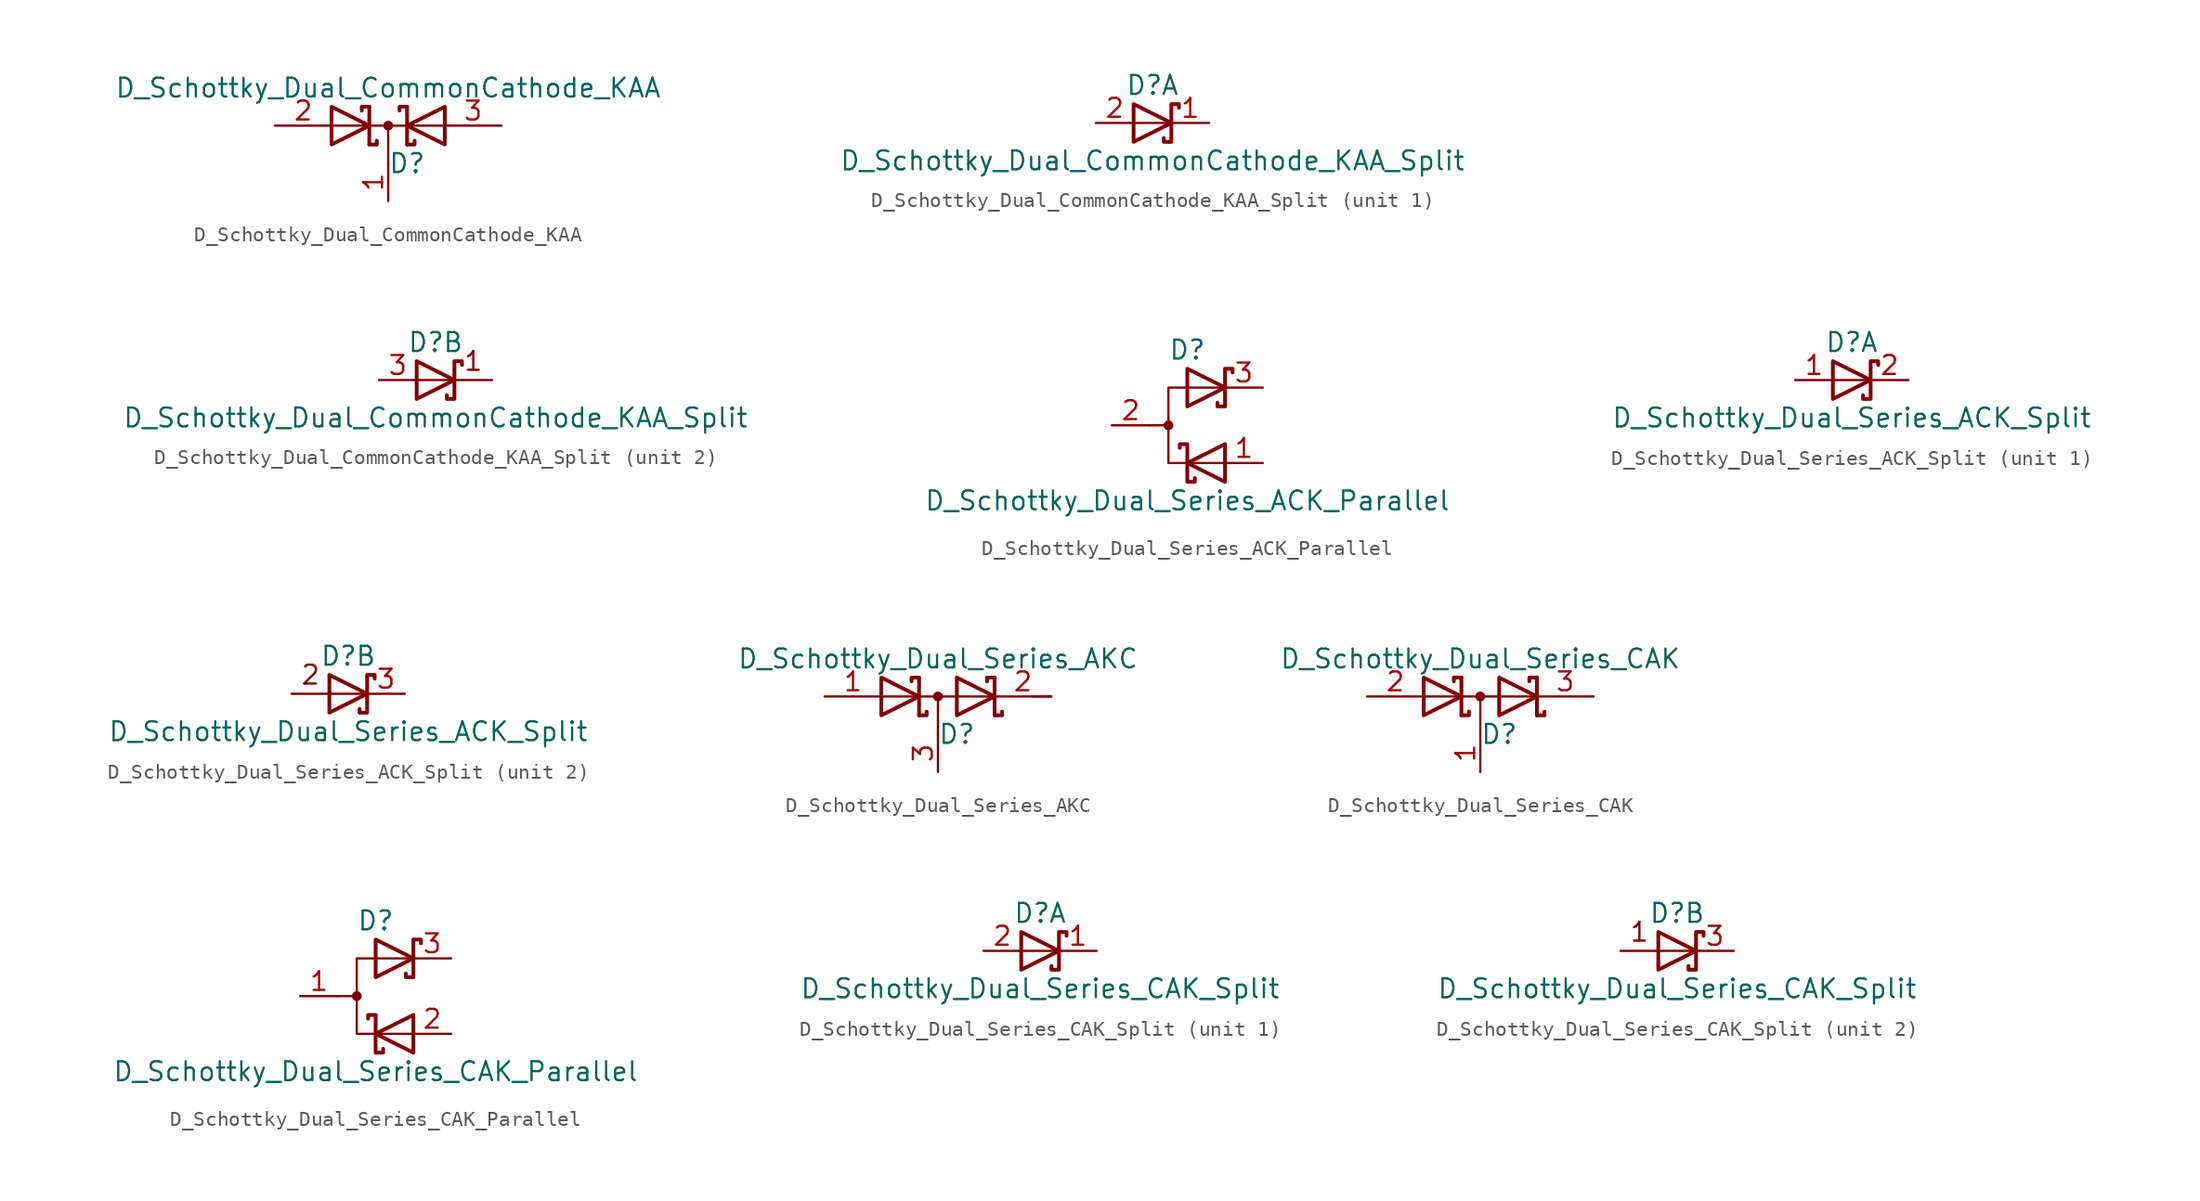
<source format=kicad_sym>
(kicad_symbol_lib
  (version 20211014)
  (generator kicad_symbol_editor)
  (symbol "D_Schottky_Dual_CommonCathode_KAA"
    (pin_names
      (offset 0.762) hide)
    (property "Reference" "D"
      (at 1.27 -2.54 0)
      (effects (font (size 1.27 1.27))))
    (property "Value" "D_Schottky_Dual_CommonCathode_KAA"
      (at 0 2.54 0)
      (effects (font (size 1.27 1.27))))
    (symbol "D_Schottky_Dual_CommonCathode_KAA_0_1"
      (polyline (pts (xy -3.81 0) (xy 3.81 0)) (stroke (width 0) (type default) (color 0 0 0 0)) (fill (type none)))
      (polyline (pts (xy 0 0) (xy 0 -2.54)) (stroke (width 0) (type default) (color 0 0 0 0)) (fill (type none)))
      (polyline (pts (xy -1.27 -1.27) (xy -1.27 1.27) (xy -1.27 1.27)) (stroke (width 0.254) (type default) (color 0 0 0 0)) (fill (type none)))
      (polyline (pts (xy 1.27 -1.27) (xy 1.27 1.27) (xy 1.27 1.27)) (stroke (width 0.254) (type default) (color 0 0 0 0)) (fill (type none)))
      (polyline (pts (xy -1.27 -1.27) (xy -0.762 -1.27) (xy -0.762 -1.016) (xy -0.762 -1.016)) (stroke (width 0.254) (type default) (color 0 0 0 0)) (fill (type none)))
      (polyline (pts (xy 1.27 -1.27) (xy 1.778 -1.27) (xy 1.778 -1.016) (xy 1.778 -1.016)) (stroke (width 0.254) (type default) (color 0 0 0 0)) (fill (type none)))
      (polyline (pts (xy 1.27 1.27) (xy 0.762 1.27) (xy 0.762 1.016) (xy 0.762 1.016)) (stroke (width 0.254) (type default) (color 0 0 0 0)) (fill (type none)))
      (polyline (pts (xy -1.778 1.016) (xy -1.778 1.27) (xy -1.27 1.27) (xy -1.27 1.27) (xy -1.27 1.27)) (stroke (width 0.254) (type default) (color 0 0 0 0)) (fill (type none)))
      (polyline (pts (xy -3.81 1.27) (xy -1.27 0) (xy -3.81 -1.27) (xy -3.81 1.27) (xy -3.81 1.27) (xy -3.81 1.27)) (stroke (width 0.254) (type default) (color 0 0 0 0)) (fill (type none)))
      (polyline (pts (xy 3.81 -1.27) (xy 1.27 0) (xy 3.81 1.27) (xy 3.81 -1.27) (xy 3.81 -1.27) (xy 3.81 -1.27)) (stroke (width 0.254) (type default) (color 0 0 0 0)) (fill (type none)))
      (circle (center 0 0) (radius 0.254) (stroke (width 0) (type default) (color 0 0 0 0)) (fill (type outline)))
      (pin passive line (at 0 -5.08 90) (length 2.54) (name "K" (effects (font (size 1.27 1.27)))) (number "1" (effects (font (size 1.27 1.27)))))
      (pin passive line (at -7.62 0 0) (length 3.81) (name "A" (effects (font (size 1.27 1.27)))) (number "2" (effects (font (size 1.27 1.27)))))
      (pin passive line (at 7.62 0 180) (length 3.81) (name "A" (effects (font (size 1.27 1.27)))) (number "3" (effects (font (size 1.27 1.27)))))))
  (symbol "D_Schottky_Dual_CommonCathode_KAA_Split"
    (pin_names
      (offset 0.762) hide)
    (property "Reference" "D"
      (at 0 2.54 0)
      (effects (font (size 1.27 1.27))))
    (property "Value" "D_Schottky_Dual_CommonCathode_KAA_Split"
      (at 0 -2.54 0)
      (effects (font (size 1.27 1.27))))
    (property "ki_locked" ""
      (at 0 0 0)
      (effects (font (size 1.27 1.27))))
    (symbol "D_Schottky_Dual_CommonCathode_KAA_Split_0_1"
      (polyline (pts (xy -1.27 1.27) (xy 1.27 0) (xy -1.27 -1.27) (xy -1.27 1.27) (xy -1.27 1.27) (xy -1.27 1.27)) (stroke (width 0.254) (type default) (color 0 0 0 0)) (fill (type none)))
      (polyline (pts (xy 1.778 1.016) (xy 1.778 1.27) (xy 1.27 1.27) (xy 1.27 -1.27) (xy 0.762 -1.27) (xy 0.762 -1.016)) (stroke (width 0.254) (type default) (color 0 0 0 0)) (fill (type none))))
    (symbol "D_Schottky_Dual_CommonCathode_KAA_Split_1_1"
      (polyline (pts (xy 1.27 0) (xy -1.27 0)) (stroke (width 0) (type default) (color 0 0 0 0)) (fill (type none)))
      (pin passive line (at 3.81 0 180) (length 2.54) (name "K" (effects (font (size 1.27 1.27)))) (number "1" (effects (font (size 1.27 1.27)))))
      (pin passive line (at -3.81 0 0) (length 2.54) (name "A" (effects (font (size 1.27 1.27)))) (number "2" (effects (font (size 1.27 1.27))))))
    (symbol "D_Schottky_Dual_CommonCathode_KAA_Split_2_0"
      (polyline (pts (xy 3.81 0) (xy -1.27 0)) (stroke (width 0) (type default) (color 0 0 0 0)) (fill (type none)))
      (text "1" (at 2.54 1.27 0) (effects (font (size 1.27 1.27)))))
    (symbol "D_Schottky_Dual_CommonCathode_KAA_Split_2_1"
      (pin passive line (at -3.81 0 0) (length 2.54) (name "K" (effects (font (size 1.27 1.27)))) (number "3" (effects (font (size 1.27 1.27)))))))
  (symbol "D_Schottky_Dual_Series_ACK_Parallel"
    (pin_names
      (offset 0.762) hide)
    (property "Reference" "D"
      (at 0 5.08 0)
      (effects (font (size 1.27 1.27))))
    (property "Value" "D_Schottky_Dual_Series_ACK_Parallel"
      (at 0 -5.08 0)
      (effects (font (size 1.27 1.27))))
    (symbol "D_Schottky_Dual_Series_ACK_Parallel_0_1"
      (circle (center -1.27 0) (radius 0.254) (stroke (width 0) (type default) (color 0 0 0 0)) (fill (type outline)))
      (polyline (pts (xy -1.27 0) (xy -2.54 0)) (stroke (width 0) (type default) (color 0 0 0 0)) (fill (type none)))
      (polyline (pts (xy 2.54 2.54) (xy -1.27 2.54) (xy -1.27 -2.54) (xy 2.54 -2.54)) (stroke (width 0) (type default) (color 0 0 0 0)) (fill (type none)))
      (polyline (pts (xy -0.508 -1.524) (xy -0.508 -1.27) (xy 0 -1.27) (xy 0 -3.81) (xy 0.508 -3.81) (xy 0.508 -3.556)) (stroke (width 0.254) (type default) (color 0 0 0 0)) (fill (type none)))
      (polyline (pts (xy 0 3.81) (xy 2.54 2.54) (xy 0 1.27) (xy 0 3.81) (xy 0 3.81) (xy 0 3.81)) (stroke (width 0.254) (type default) (color 0 0 0 0)) (fill (type none)))
      (polyline (pts (xy 2.54 -1.27) (xy 0 -2.54) (xy 2.54 -3.81) (xy 2.54 -1.27) (xy 2.54 -1.27) (xy 2.54 -1.27)) (stroke (width 0.254) (type default) (color 0 0 0 0)) (fill (type none)))
      (polyline (pts (xy 3.048 3.556) (xy 3.048 3.81) (xy 2.54 3.81) (xy 2.54 1.27) (xy 2.032 1.27) (xy 2.032 1.524)) (stroke (width 0.254) (type default) (color 0 0 0 0)) (fill (type none)))
      (pin passive line (at 5.08 -2.54 180) (length 2.54) (name "K" (effects (font (size 1.27 1.27)))) (number "1" (effects (font (size 1.27 1.27)))))
      (pin passive line (at -5.08 0 0) (length 2.54) (name "A" (effects (font (size 1.27 1.27)))) (number "2" (effects (font (size 1.27 1.27)))))
      (pin passive line (at 5.08 2.54 180) (length 2.54) (name "K" (effects (font (size 1.27 1.27)))) (number "3" (effects (font (size 1.27 1.27)))))))
  (symbol "D_Schottky_Dual_Series_ACK_Split"
    (pin_names
      (offset 0.762) hide)
    (property "Reference" "D"
      (at 0 2.54 0)
      (effects (font (size 1.27 1.27))))
    (property "Value" "D_Schottky_Dual_Series_ACK_Split"
      (at 0 -2.54 0)
      (effects (font (size 1.27 1.27))))
    (property "ki_locked" ""
      (at 0 0 0)
      (effects (font (size 1.27 1.27))))
    (symbol "D_Schottky_Dual_Series_ACK_Split_0_1"
      (polyline (pts (xy -1.27 1.27) (xy 1.27 0) (xy -1.27 -1.27) (xy -1.27 1.27) (xy -1.27 1.27) (xy -1.27 1.27)) (stroke (width 0.254) (type default) (color 0 0 0 0)) (fill (type none)))
      (polyline (pts (xy 1.778 1.016) (xy 1.778 1.27) (xy 1.27 1.27) (xy 1.27 -1.27) (xy 0.762 -1.27) (xy 0.762 -1.016)) (stroke (width 0.254) (type default) (color 0 0 0 0)) (fill (type none))))
    (symbol "D_Schottky_Dual_Series_ACK_Split_1_1"
      (polyline (pts (xy 1.27 0) (xy -1.27 0)) (stroke (width 0) (type default) (color 0 0 0 0)) (fill (type none)))
      (pin passive line (at -3.81 0 0) (length 2.54) (name "A" (effects (font (size 1.27 1.27)))) (number "1" (effects (font (size 1.27 1.27)))))
      (pin passive line (at 3.81 0 180) (length 2.54) (name "K" (effects (font (size 1.27 1.27)))) (number "2" (effects (font (size 1.27 1.27))))))
    (symbol "D_Schottky_Dual_Series_ACK_Split_2_0"
      (polyline (pts (xy 1.27 0) (xy -3.81 0)) (stroke (width 0) (type default) (color 0 0 0 0)) (fill (type none)))
      (text "2" (at -2.54 1.27 0) (effects (font (size 1.27 1.27)))))
    (symbol "D_Schottky_Dual_Series_ACK_Split_2_1"
      (pin passive line (at 3.81 0 180) (length 2.54) (name "K" (effects (font (size 1.27 1.27)))) (number "3" (effects (font (size 1.27 1.27)))))))
  (symbol "D_Schottky_Dual_Series_AKC"
    (pin_names
      (offset 0.762) hide)
    (property "Reference" "D"
      (at 1.27 -2.54 0)
      (effects (font (size 1.27 1.27))))
    (property "Value" "D_Schottky_Dual_Series_AKC"
      (at 0 2.54 0)
      (effects (font (size 1.27 1.27))))
    (symbol "D_Schottky_Dual_Series_AKC_0_1"
      (polyline (pts (xy -3.81 0) (xy 3.81 0)) (stroke (width 0) (type default) (color 0 0 0 0)) (fill (type none)))
      (polyline (pts (xy 0 0) (xy 0 -2.54)) (stroke (width 0) (type default) (color 0 0 0 0)) (fill (type none)))
      (polyline (pts (xy 6.35 0) (xy 7.62 0)) (stroke (width 0) (type default) (color 0 0 0 0)) (fill (type none)))
      (polyline (pts (xy -1.27 -1.27) (xy -1.27 1.27) (xy -1.27 1.27)) (stroke (width 0.254) (type default) (color 0 0 0 0)) (fill (type none)))
      (polyline (pts (xy 3.81 1.27) (xy 3.81 -1.27) (xy 3.81 -1.27)) (stroke (width 0.254) (type default) (color 0 0 0 0)) (fill (type none)))
      (polyline (pts (xy -1.27 -1.27) (xy -0.762 -1.27) (xy -0.762 -1.016) (xy -0.762 -1.016)) (stroke (width 0.254) (type default) (color 0 0 0 0)) (fill (type none)))
      (polyline (pts (xy 3.81 -1.27) (xy 4.318 -1.27) (xy 4.318 -1.016) (xy 4.318 -1.016)) (stroke (width 0.254) (type default) (color 0 0 0 0)) (fill (type none)))
      (polyline (pts (xy 3.81 1.27) (xy 3.302 1.27) (xy 3.302 1.016) (xy 3.302 1.016)) (stroke (width 0.254) (type default) (color 0 0 0 0)) (fill (type none)))
      (polyline (pts (xy -1.778 1.016) (xy -1.778 1.27) (xy -1.27 1.27) (xy -1.27 1.27) (xy -1.27 1.27)) (stroke (width 0.254) (type default) (color 0 0 0 0)) (fill (type none)))
      (polyline (pts (xy -3.81 1.27) (xy -1.27 0) (xy -3.81 -1.27) (xy -3.81 1.27) (xy -3.81 1.27) (xy -3.81 1.27)) (stroke (width 0.254) (type default) (color 0 0 0 0)) (fill (type none)))
      (polyline (pts (xy 1.27 1.27) (xy 3.81 0) (xy 1.27 -1.27) (xy 1.27 1.27) (xy 1.27 1.27) (xy 1.27 1.27)) (stroke (width 0.254) (type default) (color 0 0 0 0)) (fill (type none)))
      (circle (center 0 0) (radius 0.254) (stroke (width 0) (type default) (color 0 0 0 0)) (fill (type outline)))
      (pin passive line (at -7.62 0 0) (length 3.81) (name "A" (effects (font (size 1.27 1.27)))) (number "1" (effects (font (size 1.27 1.27)))))
      (pin passive line (at 7.62 0 180) (length 3.81) (name "K" (effects (font (size 1.27 1.27)))) (number "2" (effects (font (size 1.27 1.27)))))
      (pin passive line (at 0 -5.08 90) (length 2.54) (name "common" (effects (font (size 1.27 1.27)))) (number "3" (effects (font (size 1.27 1.27)))))))
  (symbol "D_Schottky_Dual_Series_CAK"
    (pin_names
      (offset 0.762) hide)
    (property "Reference" "D"
      (at 1.27 -2.54 0)
      (effects (font (size 1.27 1.27))))
    (property "Value" "D_Schottky_Dual_Series_CAK"
      (at 0 2.54 0)
      (effects (font (size 1.27 1.27))))
    (symbol "D_Schottky_Dual_Series_CAK_0_1"
      (polyline (pts (xy -3.81 0) (xy 3.81 0)) (stroke (width 0) (type default) (color 0 0 0 0)) (fill (type none)))
      (polyline (pts (xy 0 0) (xy 0 -2.54)) (stroke (width 0) (type default) (color 0 0 0 0)) (fill (type none)))
      (polyline (pts (xy -1.27 -1.27) (xy -1.27 1.27) (xy -1.27 1.27)) (stroke (width 0.254) (type default) (color 0 0 0 0)) (fill (type none)))
      (polyline (pts (xy 3.81 1.27) (xy 3.81 -1.27) (xy 3.81 -1.27)) (stroke (width 0.254) (type default) (color 0 0 0 0)) (fill (type none)))
      (polyline (pts (xy -1.27 -1.27) (xy -0.762 -1.27) (xy -0.762 -1.016) (xy -0.762 -1.016)) (stroke (width 0.254) (type default) (color 0 0 0 0)) (fill (type none)))
      (polyline (pts (xy 3.81 -1.27) (xy 4.318 -1.27) (xy 4.318 -1.016) (xy 4.318 -1.016)) (stroke (width 0.254) (type default) (color 0 0 0 0)) (fill (type none)))
      (polyline (pts (xy 3.81 1.27) (xy 3.302 1.27) (xy 3.302 1.016) (xy 3.302 1.016)) (stroke (width 0.254) (type default) (color 0 0 0 0)) (fill (type none)))
      (polyline (pts (xy -1.778 1.016) (xy -1.778 1.27) (xy -1.27 1.27) (xy -1.27 1.27) (xy -1.27 1.27)) (stroke (width 0.254) (type default) (color 0 0 0 0)) (fill (type none)))
      (polyline (pts (xy -3.81 1.27) (xy -1.27 0) (xy -3.81 -1.27) (xy -3.81 1.27) (xy -3.81 1.27) (xy -3.81 1.27)) (stroke (width 0.254) (type default) (color 0 0 0 0)) (fill (type none)))
      (polyline (pts (xy 1.27 1.27) (xy 3.81 0) (xy 1.27 -1.27) (xy 1.27 1.27) (xy 1.27 1.27) (xy 1.27 1.27)) (stroke (width 0.254) (type default) (color 0 0 0 0)) (fill (type none)))
      (circle (center 0 0) (radius 0.254) (stroke (width 0) (type default) (color 0 0 0 0)) (fill (type outline)))
      (pin passive line (at 0 -5.08 90) (length 2.54) (name "common" (effects (font (size 1.27 1.27)))) (number "1" (effects (font (size 1.27 1.27)))))
      (pin passive line (at -7.62 0 0) (length 3.81) (name "A" (effects (font (size 1.27 1.27)))) (number "2" (effects (font (size 1.27 1.27)))))
      (pin passive line (at 7.62 0 180) (length 3.81) (name "K" (effects (font (size 1.27 1.27)))) (number "3" (effects (font (size 1.27 1.27)))))))
  (symbol "D_Schottky_Dual_Series_CAK_Parallel"
    (pin_names
      (offset 0.762) hide)
    (property "Reference" "D"
      (at 0 5.08 0)
      (effects (font (size 1.27 1.27))))
    (property "Value" "D_Schottky_Dual_Series_CAK_Parallel"
      (at 0 -5.08 0)
      (effects (font (size 1.27 1.27))))
    (symbol "D_Schottky_Dual_Series_CAK_Parallel_0_1"
      (circle (center -1.27 0) (radius 0.254) (stroke (width 0) (type default) (color 0 0 0 0)) (fill (type outline)))
      (polyline (pts (xy -1.27 0) (xy -2.54 0)) (stroke (width 0) (type default) (color 0 0 0 0)) (fill (type none)))
      (polyline (pts (xy 2.54 2.54) (xy -1.27 2.54) (xy -1.27 -2.54) (xy 2.54 -2.54)) (stroke (width 0) (type default) (color 0 0 0 0)) (fill (type none)))
      (polyline (pts (xy -0.508 -1.524) (xy -0.508 -1.27) (xy 0 -1.27) (xy 0 -3.81) (xy 0.508 -3.81) (xy 0.508 -3.556)) (stroke (width 0.254) (type default) (color 0 0 0 0)) (fill (type none)))
      (polyline (pts (xy 0 3.81) (xy 2.54 2.54) (xy 0 1.27) (xy 0 3.81) (xy 0 3.81) (xy 0 3.81)) (stroke (width 0.254) (type default) (color 0 0 0 0)) (fill (type none)))
      (polyline (pts (xy 2.54 -1.27) (xy 0 -2.54) (xy 2.54 -3.81) (xy 2.54 -1.27) (xy 2.54 -1.27) (xy 2.54 -1.27)) (stroke (width 0.254) (type default) (color 0 0 0 0)) (fill (type none)))
      (polyline (pts (xy 3.048 3.556) (xy 3.048 3.81) (xy 2.54 3.81) (xy 2.54 1.27) (xy 2.032 1.27) (xy 2.032 1.524)) (stroke (width 0.254) (type default) (color 0 0 0 0)) (fill (type none)))
      (pin passive line (at -5.08 0 0) (length 2.54) (name "A" (effects (font (size 1.27 1.27)))) (number "1" (effects (font (size 1.27 1.27)))))
      (pin passive line (at 5.08 -2.54 180) (length 2.54) (name "K" (effects (font (size 1.27 1.27)))) (number "2" (effects (font (size 1.27 1.27)))))
      (pin passive line (at 5.08 2.54 180) (length 2.54) (name "K" (effects (font (size 1.27 1.27)))) (number "3" (effects (font (size 1.27 1.27)))))))
  (symbol "D_Schottky_Dual_Series_CAK_Split"
    (pin_names
      (offset 0.762) hide)
    (property "Reference" "D"
      (at 0 2.54 0)
      (effects (font (size 1.27 1.27))))
    (property "Value" "D_Schottky_Dual_Series_CAK_Split"
      (at 0 -2.54 0)
      (effects (font (size 1.27 1.27))))
    (property "ki_locked" ""
      (at 0 0 0)
      (effects (font (size 1.27 1.27))))
    (symbol "D_Schottky_Dual_Series_CAK_Split_0_1"
      (polyline (pts (xy -1.27 1.27) (xy 1.27 0) (xy -1.27 -1.27) (xy -1.27 1.27) (xy -1.27 1.27) (xy -1.27 1.27)) (stroke (width 0.254) (type default) (color 0 0 0 0)) (fill (type none)))
      (polyline (pts (xy 1.778 1.016) (xy 1.778 1.27) (xy 1.27 1.27) (xy 1.27 -1.27) (xy 0.762 -1.27) (xy 0.762 -1.016)) (stroke (width 0.254) (type default) (color 0 0 0 0)) (fill (type none))))
    (symbol "D_Schottky_Dual_Series_CAK_Split_1_1"
      (polyline (pts (xy 1.27 0) (xy -1.27 0)) (stroke (width 0) (type default) (color 0 0 0 0)) (fill (type none)))
      (pin passive line (at 3.81 0 180) (length 2.54) (name "K" (effects (font (size 1.27 1.27)))) (number "1" (effects (font (size 1.27 1.27)))))
      (pin passive line (at -3.81 0 0) (length 2.54) (name "A" (effects (font (size 1.27 1.27)))) (number "2" (effects (font (size 1.27 1.27))))))
    (symbol "D_Schottky_Dual_Series_CAK_Split_2_0"
      (polyline (pts (xy 1.27 0) (xy -3.81 0)) (stroke (width 0) (type default) (color 0 0 0 0)) (fill (type none)))
      (text "1" (at -2.54 1.27 0) (effects (font (size 1.27 1.27)))))
    (symbol "D_Schottky_Dual_Series_CAK_Split_2_1"
      (pin passive line (at 3.81 0 180) (length 2.54) (name "K" (effects (font (size 1.27 1.27)))) (number "3" (effects (font (size 1.27 1.27))))))))
</source>
